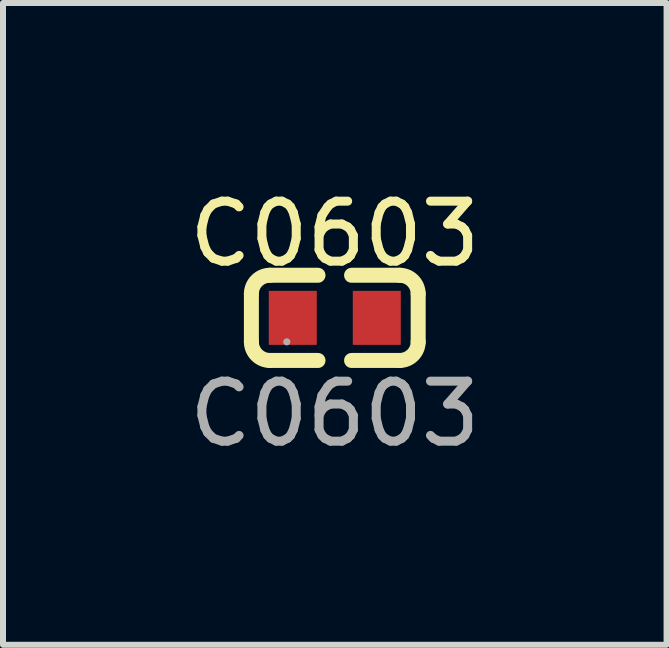
<source format=kicad_pcb>
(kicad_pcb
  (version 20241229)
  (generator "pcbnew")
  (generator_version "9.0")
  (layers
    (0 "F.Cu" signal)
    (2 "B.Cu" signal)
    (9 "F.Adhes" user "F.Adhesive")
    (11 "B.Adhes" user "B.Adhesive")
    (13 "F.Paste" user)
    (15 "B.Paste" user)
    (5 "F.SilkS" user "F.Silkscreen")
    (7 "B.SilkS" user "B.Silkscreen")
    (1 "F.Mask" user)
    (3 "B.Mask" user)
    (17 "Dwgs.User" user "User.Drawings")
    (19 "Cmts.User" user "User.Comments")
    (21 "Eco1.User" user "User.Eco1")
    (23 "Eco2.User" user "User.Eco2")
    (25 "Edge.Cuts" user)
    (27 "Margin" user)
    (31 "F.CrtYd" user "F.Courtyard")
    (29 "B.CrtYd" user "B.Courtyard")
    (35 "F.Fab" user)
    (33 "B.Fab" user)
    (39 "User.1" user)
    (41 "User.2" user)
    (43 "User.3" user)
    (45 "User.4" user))
  (footprint "C0603"
    (layer "F.Cu")
    (at 2.53 2.248)
    (property "Reference" "C0603" (at 0 -1.4 0) (layer "F.SilkS") (effects (font (size 1 1) (thickness 0.15))))
    (attr smd)
    (fp_line (start -1.39 0.4) (end -1.39 -0.4) (stroke (width 0.25) (type solid)) (layer "F.SilkS"))
    (fp_line (start -0.28 -0.71) (end -1.08 -0.71) (stroke (width 0.25) (type solid)) (layer "F.SilkS"))
    (fp_line (start -0.28 0.71) (end -1.08 0.71) (stroke (width 0.25) (type solid)) (layer "F.SilkS"))
    (fp_line (start 0.28 -0.71) (end 1.08 -0.71) (stroke (width 0.25) (type solid)) (layer "F.SilkS"))
    (fp_line (start 0.28 0.71) (end 1.08 0.71) (stroke (width 0.25) (type solid)) (layer "F.SilkS"))
    (fp_line (start 1.39 -0.4) (end 1.39 0.4) (stroke (width 0.25) (type solid)) (layer "F.SilkS"))
    (fp_arc (start -1.39 -0.4) (mid -1.299203 -0.619203) (end -1.08 -0.71) (stroke (width 0.25) (type solid)) (layer "F.SilkS"))
    (fp_arc (start -1.08 0.71) (mid -1.299203 0.619203) (end -1.39 0.4) (stroke (width 0.25) (type solid)) (layer "F.SilkS"))
    (fp_arc (start 1.08 -0.71) (mid 1.299203 -0.619203) (end 1.39 -0.4) (stroke (width 0.25) (type solid)) (layer "F.SilkS"))
    (fp_arc (start 1.39 0.4) (mid 1.299203 0.619203) (end 1.08 0.71) (stroke (width 0.25) (type solid)) (layer "F.SilkS"))
    (fp_circle (center -0.8 0.4) (end -0.77 0.4) (stroke (width 0.06) (type solid)) (fill no) (layer "F.Fab"))
    (fp_text user "${REFERENCE}" (at 0 1.6 0) (layer "F.Fab") (effects (font (size 1 1) (thickness 0.15))))
    (pad "1" smd rect (at -0.7 0) (size 0.8 0.9) (layers "F.Cu" "F.Mask" "F.Paste"))
    (pad "2" smd rect (at 0.7 0) (size 0.8 0.9) (layers "F.Cu" "F.Mask" "F.Paste")))
  (gr_rect
    (start -3 -3)
    (end 8.06 7.697)
    (stroke (width 0.1) (type default))
    (fill no)
    (layer "Edge.Cuts")))
</source>
